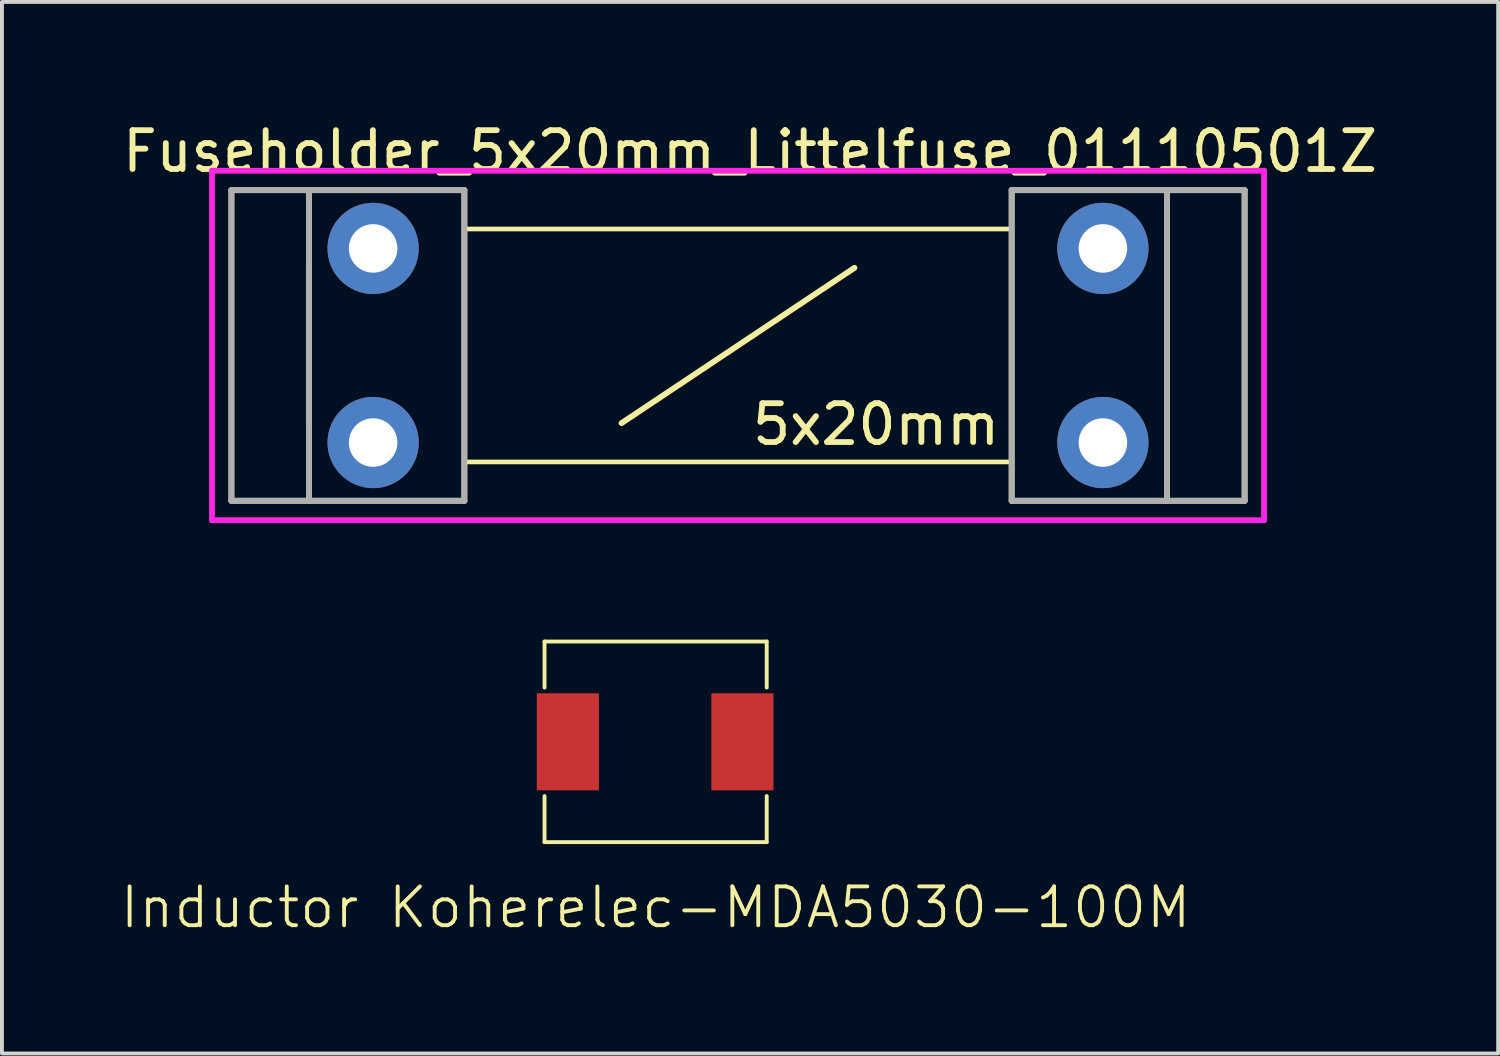
<source format=kicad_pcb>
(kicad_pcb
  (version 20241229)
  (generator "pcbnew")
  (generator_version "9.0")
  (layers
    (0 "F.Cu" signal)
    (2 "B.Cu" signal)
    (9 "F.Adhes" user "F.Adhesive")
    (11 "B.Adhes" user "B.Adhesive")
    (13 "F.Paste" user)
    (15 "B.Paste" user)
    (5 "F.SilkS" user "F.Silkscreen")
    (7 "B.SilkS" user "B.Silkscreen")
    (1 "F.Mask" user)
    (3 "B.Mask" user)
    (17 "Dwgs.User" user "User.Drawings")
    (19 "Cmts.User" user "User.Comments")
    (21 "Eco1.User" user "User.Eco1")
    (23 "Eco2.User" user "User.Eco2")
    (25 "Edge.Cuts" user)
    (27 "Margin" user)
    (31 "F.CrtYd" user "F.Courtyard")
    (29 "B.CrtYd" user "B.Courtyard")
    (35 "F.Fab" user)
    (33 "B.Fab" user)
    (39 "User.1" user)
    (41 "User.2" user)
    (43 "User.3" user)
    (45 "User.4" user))
  (footprint "Inductor Koherelec-MDA5030-100M"
    (layer "F.Cu")
    (at 13.836 16.056)
    (property "Reference" "Inductor Koherelec-MDA5030-100M" (at 0 4.266 0) (unlocked yes) (layer "F.SilkS") (effects (font (size 1 1) (thickness 0.1))))
    (attr smd)
    (fp_line (start -2.861 -2.583) (end -2.861 -1.397) (stroke (width 0.1) (type default)) (layer "F.SilkS"))
    (fp_line (start -2.861 -2.583) (end 2.861 -2.583) (stroke (width 0.1) (type default)) (layer "F.SilkS"))
    (fp_line (start -2.861 2.583) (end -2.861 1.397) (stroke (width 0.1) (type default)) (layer "F.SilkS"))
    (fp_line (start 2.861 -2.583) (end 2.861 -1.397) (stroke (width 0.1) (type default)) (layer "F.SilkS"))
    (fp_line (start 2.861 2.583) (end -2.861 2.583) (stroke (width 0.1) (type default)) (layer "F.SilkS"))
    (fp_line (start 2.861 2.583) (end 2.861 1.397) (stroke (width 0.1) (type default)) (layer "F.SilkS"))
    (pad "1" smd rect (at -2.261 0) (size 1.6 2.5) (layers "F.Cu" "F.Mask" "F.Paste"))
    (pad "2" smd rect (at 2.235 0) (size 1.6 2.5) (layers "F.Cu" "F.Mask" "F.Paste")))
  (footprint "Fuseholder_5x20mm_Littelfuse_01110501Z"
    (layer "F.Cu")
    (at 15.958 5.848)
    (property "Reference" "Fuseholder_5x20mm_Littelfuse_01110501Z" (at 0.31 -5 0) (layer "F.SilkS") (effects (font (size 1 1) (thickness 0.15))))
    (attr through_hole)
    (fp_line (start -13.048 -4) (end -7.048 -4) (stroke (width 0.15) (type solid)) (layer "F.SilkS"))
    (fp_line (start -13.048 4) (end -13.048 -4) (stroke (width 0.15) (type solid)) (layer "F.SilkS"))
    (fp_line (start -11.048 -4) (end -11.048 4) (stroke (width 0.15) (type solid)) (layer "F.SilkS"))
    (fp_line (start -7.048 -3) (end 7.048 -3) (stroke (width 0.12) (type solid)) (layer "F.SilkS"))
    (fp_line (start -7.048 3) (end 7.048 3) (stroke (width 0.12) (type solid)) (layer "F.SilkS"))
    (fp_line (start -7.048 4) (end -13.048 4) (stroke (width 0.15) (type solid)) (layer "F.SilkS"))
    (fp_line (start -7.048 4) (end -7.048 -4) (stroke (width 0.15) (type solid)) (layer "F.SilkS"))
    (fp_line (start -3 2) (end 3 -2) (stroke (width 0.15) (type solid)) (layer "F.SilkS"))
    (fp_line (start 7.048 -4) (end 7.048 4) (stroke (width 0.15) (type solid)) (layer "F.SilkS"))
    (fp_line (start 7.048 -4) (end 13.048 -4) (stroke (width 0.15) (type solid)) (layer "F.SilkS"))
    (fp_line (start 11.048 -4) (end 11.048 4) (stroke (width 0.15) (type solid)) (layer "F.SilkS"))
    (fp_line (start 13.048 -4) (end 13.048 4) (stroke (width 0.15) (type solid)) (layer "F.SilkS"))
    (fp_line (start 13.048 4) (end 7.048 4) (stroke (width 0.15) (type solid)) (layer "F.SilkS"))
    (fp_line (start -13.548 -4.5) (end -13.548 4.5) (stroke (width 0.15) (type solid)) (layer "F.CrtYd"))
    (fp_line (start -13.548 4.5) (end 13.548 4.5) (stroke (width 0.15) (type solid)) (layer "F.CrtYd"))
    (fp_line (start 13.548 -4.5) (end -13.548 -4.5) (stroke (width 0.15) (type solid)) (layer "F.CrtYd"))
    (fp_line (start 13.548 4.5) (end 13.548 -4.5) (stroke (width 0.15) (type solid)) (layer "F.CrtYd"))
    (fp_line (start -13.048 -4) (end -7.048 -4) (stroke (width 0.15) (type solid)) (layer "F.Fab"))
    (fp_line (start -13.048 4) (end -13.048 -4) (stroke (width 0.15) (type solid)) (layer "F.Fab"))
    (fp_line (start -11.048 -4) (end -11.048 4) (stroke (width 0.15) (type solid)) (layer "F.Fab"))
    (fp_line (start -11.048 -2) (end -11.048 2) (stroke (width 0.15) (type solid)) (layer "F.Fab"))
    (fp_line (start -7.048 -4) (end -7.048 4) (stroke (width 0.15) (type solid)) (layer "F.Fab"))
    (fp_line (start -7.048 4) (end -13.048 4) (stroke (width 0.15) (type solid)) (layer "F.Fab"))
    (fp_line (start 7.048 -4) (end 7.048 4) (stroke (width 0.15) (type solid)) (layer "F.Fab"))
    (fp_line (start 7.048 4) (end 13.048 4) (stroke (width 0.15) (type solid)) (layer "F.Fab"))
    (fp_line (start 11.048 -4) (end 11.048 4) (stroke (width 0.15) (type solid)) (layer "F.Fab"))
    (fp_line (start 13.048 -4) (end 7.048 -4) (stroke (width 0.15) (type solid)) (layer "F.Fab"))
    (fp_line (start 13.048 4) (end 13.048 -4) (stroke (width 0.15) (type solid)) (layer "F.Fab"))
    (fp_text user "5x20mm" (at 3.556 2.032 0) (layer "F.SilkS") (effects (font (size 1 1) (thickness 0.15))))
    (pad "1" thru_hole circle (at -9.398 -2.5) (size 2.35 2.35) (drill 1.25) (layers "*.Cu" "*.Mask"))
    (pad "1" thru_hole circle (at -9.398 2.5) (size 2.35 2.35) (drill 1.25) (layers "*.Cu" "*.Mask"))
    (pad "2" thru_hole circle (at 9.398 -2.5) (size 2.35 2.35) (drill 1.25) (layers "*.Cu" "*.Mask"))
    (pad "2" thru_hole circle (at 9.398 2.5) (size 2.35 2.35) (drill 1.25) (layers "*.Cu" "*.Mask")))
  (gr_rect
    (start -3 -3)
    (end 35.536 24.082)
    (stroke (width 0.1) (type default))
    (fill no)
    (layer "Edge.Cuts")))
</source>
